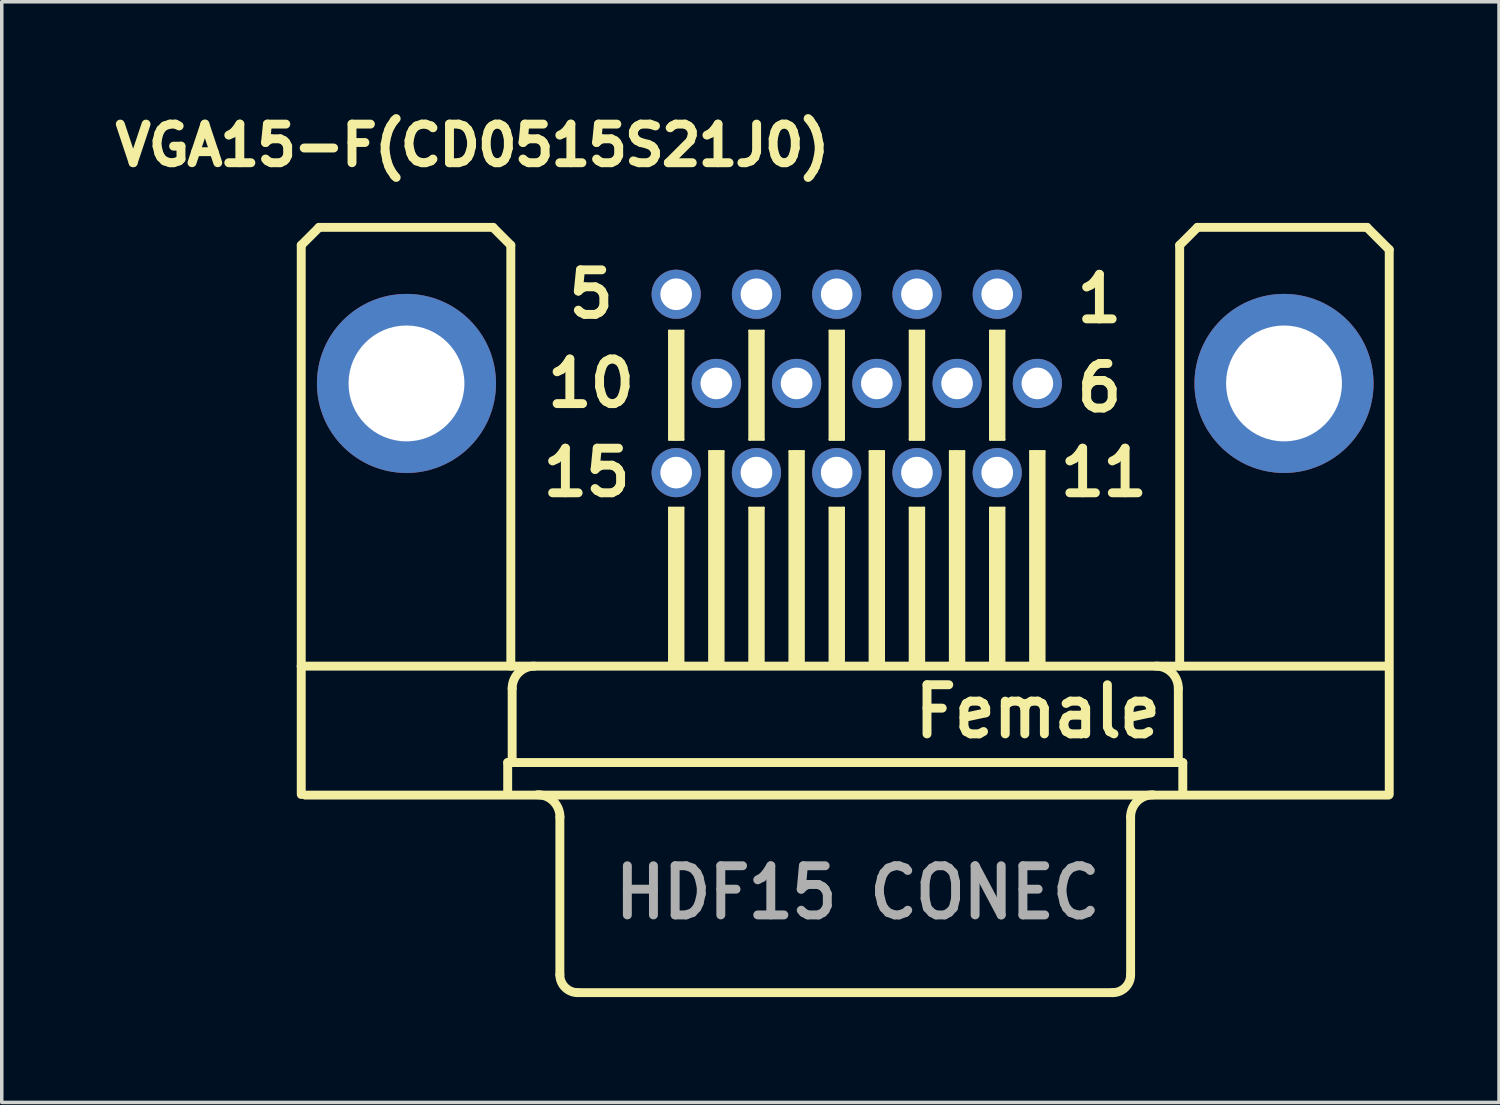
<source format=kicad_pcb>
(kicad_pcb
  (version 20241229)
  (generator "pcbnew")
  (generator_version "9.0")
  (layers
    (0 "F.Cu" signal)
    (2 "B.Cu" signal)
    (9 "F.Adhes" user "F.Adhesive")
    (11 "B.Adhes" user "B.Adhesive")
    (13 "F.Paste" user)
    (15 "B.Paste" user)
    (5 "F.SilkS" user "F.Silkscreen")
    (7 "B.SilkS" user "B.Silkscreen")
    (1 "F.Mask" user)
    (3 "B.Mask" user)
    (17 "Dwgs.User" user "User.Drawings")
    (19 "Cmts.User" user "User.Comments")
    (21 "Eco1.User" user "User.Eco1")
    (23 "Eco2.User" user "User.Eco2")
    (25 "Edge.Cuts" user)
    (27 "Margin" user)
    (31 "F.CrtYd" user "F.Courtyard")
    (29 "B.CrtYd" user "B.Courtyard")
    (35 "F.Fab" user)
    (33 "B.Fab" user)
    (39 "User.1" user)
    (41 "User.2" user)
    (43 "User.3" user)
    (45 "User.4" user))
  (footprint "VGA15-F(CD0515S21J0)"
    (layer "F.Cu")
    (at 21.024 11.681)
    (property "Reference" "VGA15-F(CD0515S21J0)" (at -10.617 -10.592 0) (layer "F.SilkS") (effects (font (size 1.1 1.1) (thickness 0.254))))
    (attr smd)
    (fp_line (start -15.494 -7.747) (end -15.494 4.242) (stroke (width 0.254) (type solid)) (layer "F.SilkS"))
    (fp_line (start -15.494 7.897) (end -15.494 4.242) (stroke (width 0.254) (type solid)) (layer "F.SilkS"))
    (fp_line (start -14.986 -8.255) (end -15.494 -7.747) (stroke (width 0.254) (type solid)) (layer "F.SilkS"))
    (fp_line (start -10.033 -8.255) (end -14.986 -8.255) (stroke (width 0.254) (type solid)) (layer "F.SilkS"))
    (fp_line (start -9.614 6.988) (end -9.614 7.897) (stroke (width 0.254) (type solid)) (layer "F.SilkS"))
    (fp_line (start -9.525 -7.747) (end -10.033 -8.255) (stroke (width 0.254) (type solid)) (layer "F.SilkS"))
    (fp_line (start -9.525 -7.747) (end -9.525 4.242) (stroke (width 0.254) (type solid)) (layer "F.SilkS"))
    (fp_line (start -9.487 4.877) (end -9.487 6.988) (stroke (width 0.254) (type solid)) (layer "F.SilkS"))
    (fp_line (start -9.487 6.988) (end -9.614 6.988) (stroke (width 0.254) (type solid)) (layer "F.SilkS"))
    (fp_line (start -8.128 8.539) (end -8.128 13.033) (stroke (width 0.254) (type solid)) (layer "F.SilkS"))
    (fp_line (start -5.014 -5.309) (end -4.613 -5.309) (stroke (width 0.066) (type solid)) (layer "F.SilkS"))
    (fp_line (start -5.014 -2.21) (end -5.014 -5.309) (stroke (width 0.066) (type solid)) (layer "F.SilkS"))
    (fp_line (start -5.014 -2.21) (end -4.613 -2.21) (stroke (width 0.066) (type solid)) (layer "F.SilkS"))
    (fp_line (start -5.014 -0.267) (end -4.613 -0.267) (stroke (width 0.066) (type solid)) (layer "F.SilkS"))
    (fp_line (start -5.014 4.242) (end -5.014 -0.267) (stroke (width 0.066) (type solid)) (layer "F.SilkS"))
    (fp_line (start -5.014 4.242) (end -4.613 4.242) (stroke (width 0.066) (type solid)) (layer "F.SilkS"))
    (fp_line (start -4.928 -5.232) (end -4.699 -5.232) (stroke (width 0.2) (type solid)) (layer "F.SilkS"))
    (fp_line (start -4.928 -2.286) (end -4.699 -2.286) (stroke (width 0.2) (type solid)) (layer "F.SilkS"))
    (fp_line (start -4.928 -0.191) (end -4.699 -0.191) (stroke (width 0.2) (type solid)) (layer "F.SilkS"))
    (fp_line (start -4.813 -5.118) (end -4.813 -2.388) (stroke (width 0.4) (type solid)) (layer "F.SilkS"))
    (fp_line (start -4.813 -0.064) (end -4.813 4.051) (stroke (width 0.4) (type solid)) (layer "F.SilkS"))
    (fp_line (start -4.613 -2.21) (end -4.613 -5.309) (stroke (width 0.066) (type solid)) (layer "F.SilkS"))
    (fp_line (start -4.613 4.242) (end -4.613 -0.267) (stroke (width 0.066) (type solid)) (layer "F.SilkS"))
    (fp_line (start -3.871 -1.877) (end -3.47 -1.877) (stroke (width 0.066) (type solid)) (layer "F.SilkS"))
    (fp_line (start -3.871 4.221) (end -3.871 -1.877) (stroke (width 0.066) (type solid)) (layer "F.SilkS"))
    (fp_line (start -3.871 4.221) (end -3.47 4.221) (stroke (width 0.066) (type solid)) (layer "F.SilkS"))
    (fp_line (start -3.785 -1.803) (end -3.556 -1.803) (stroke (width 0.2) (type solid)) (layer "F.SilkS"))
    (fp_line (start -3.683 -1.702) (end -3.683 4.077) (stroke (width 0.4) (type solid)) (layer "F.SilkS"))
    (fp_line (start -3.47 4.221) (end -3.47 -1.877) (stroke (width 0.066) (type solid)) (layer "F.SilkS"))
    (fp_line (start -2.728 -5.309) (end -2.327 -5.309) (stroke (width 0.066) (type solid)) (layer "F.SilkS"))
    (fp_line (start -2.728 -2.21) (end -2.728 -5.309) (stroke (width 0.066) (type solid)) (layer "F.SilkS"))
    (fp_line (start -2.728 -2.21) (end -2.327 -2.21) (stroke (width 0.066) (type solid)) (layer "F.SilkS"))
    (fp_line (start -2.728 -0.267) (end -2.327 -0.267) (stroke (width 0.066) (type solid)) (layer "F.SilkS"))
    (fp_line (start -2.728 4.242) (end -2.728 -0.267) (stroke (width 0.066) (type solid)) (layer "F.SilkS"))
    (fp_line (start -2.728 4.242) (end -2.327 4.242) (stroke (width 0.066) (type solid)) (layer "F.SilkS"))
    (fp_line (start -2.642 -5.232) (end -2.413 -5.232) (stroke (width 0.2) (type solid)) (layer "F.SilkS"))
    (fp_line (start -2.642 -2.299) (end -2.413 -2.299) (stroke (width 0.2) (type solid)) (layer "F.SilkS"))
    (fp_line (start -2.642 -0.191) (end -2.413 -0.191) (stroke (width 0.2) (type solid)) (layer "F.SilkS"))
    (fp_line (start -2.527 -5.131) (end -2.527 -2.4) (stroke (width 0.4) (type solid)) (layer "F.SilkS"))
    (fp_line (start -2.527 -0.064) (end -2.527 4.051) (stroke (width 0.4) (type solid)) (layer "F.SilkS"))
    (fp_line (start -2.327 -2.21) (end -2.327 -5.309) (stroke (width 0.066) (type solid)) (layer "F.SilkS"))
    (fp_line (start -2.327 4.242) (end -2.327 -0.267) (stroke (width 0.066) (type solid)) (layer "F.SilkS"))
    (fp_line (start -1.585 -1.877) (end -1.184 -1.877) (stroke (width 0.066) (type solid)) (layer "F.SilkS"))
    (fp_line (start -1.585 4.221) (end -1.585 -1.877) (stroke (width 0.066) (type solid)) (layer "F.SilkS"))
    (fp_line (start -1.585 4.221) (end -1.184 4.221) (stroke (width 0.066) (type solid)) (layer "F.SilkS"))
    (fp_line (start -1.499 -1.803) (end -1.27 -1.803) (stroke (width 0.2) (type solid)) (layer "F.SilkS"))
    (fp_line (start -1.397 -1.702) (end -1.397 4.077) (stroke (width 0.4) (type solid)) (layer "F.SilkS"))
    (fp_line (start -1.184 4.221) (end -1.184 -1.877) (stroke (width 0.066) (type solid)) (layer "F.SilkS"))
    (fp_line (start -0.442 -5.309) (end -0.041 -5.309) (stroke (width 0.066) (type solid)) (layer "F.SilkS"))
    (fp_line (start -0.442 -2.21) (end -0.442 -5.309) (stroke (width 0.066) (type solid)) (layer "F.SilkS"))
    (fp_line (start -0.442 -2.21) (end -0.041 -2.21) (stroke (width 0.066) (type solid)) (layer "F.SilkS"))
    (fp_line (start -0.442 -0.267) (end -0.041 -0.267) (stroke (width 0.066) (type solid)) (layer "F.SilkS"))
    (fp_line (start -0.442 4.242) (end -0.442 -0.267) (stroke (width 0.066) (type solid)) (layer "F.SilkS"))
    (fp_line (start -0.442 4.242) (end -0.041 4.242) (stroke (width 0.066) (type solid)) (layer "F.SilkS"))
    (fp_line (start -0.356 -5.232) (end -0.127 -5.232) (stroke (width 0.2) (type solid)) (layer "F.SilkS"))
    (fp_line (start -0.356 -2.286) (end -0.127 -2.286) (stroke (width 0.2) (type solid)) (layer "F.SilkS"))
    (fp_line (start -0.356 -0.191) (end -0.127 -0.191) (stroke (width 0.2) (type solid)) (layer "F.SilkS"))
    (fp_line (start -0.241 -5.131) (end -0.241 -2.4) (stroke (width 0.4) (type solid)) (layer "F.SilkS"))
    (fp_line (start -0.241 -0.089) (end -0.241 4.026) (stroke (width 0.4) (type solid)) (layer "F.SilkS"))
    (fp_line (start -0.041 -2.21) (end -0.041 -5.309) (stroke (width 0.066) (type solid)) (layer "F.SilkS"))
    (fp_line (start -0.041 4.242) (end -0.041 -0.267) (stroke (width 0.066) (type solid)) (layer "F.SilkS"))
    (fp_line (start 0.699 -1.877) (end 1.1 -1.877) (stroke (width 0.066) (type solid)) (layer "F.SilkS"))
    (fp_line (start 0.699 4.221) (end 0.699 -1.877) (stroke (width 0.066) (type solid)) (layer "F.SilkS"))
    (fp_line (start 0.699 4.221) (end 1.1 4.221) (stroke (width 0.066) (type solid)) (layer "F.SilkS"))
    (fp_line (start 0.775 -1.803) (end 1.003 -1.803) (stroke (width 0.2) (type solid)) (layer "F.SilkS"))
    (fp_line (start 0.889 -1.702) (end 0.889 4.077) (stroke (width 0.4) (type solid)) (layer "F.SilkS"))
    (fp_line (start 1.1 4.221) (end 1.1 -1.877) (stroke (width 0.066) (type solid)) (layer "F.SilkS"))
    (fp_line (start 1.841 -5.309) (end 2.243 -5.309) (stroke (width 0.066) (type solid)) (layer "F.SilkS"))
    (fp_line (start 1.841 -2.21) (end 1.841 -5.309) (stroke (width 0.066) (type solid)) (layer "F.SilkS"))
    (fp_line (start 1.841 -2.21) (end 2.243 -2.21) (stroke (width 0.066) (type solid)) (layer "F.SilkS"))
    (fp_line (start 1.841 -0.267) (end 2.243 -0.267) (stroke (width 0.066) (type solid)) (layer "F.SilkS"))
    (fp_line (start 1.841 4.242) (end 1.841 -0.267) (stroke (width 0.066) (type solid)) (layer "F.SilkS"))
    (fp_line (start 1.841 4.242) (end 2.243 4.242) (stroke (width 0.066) (type solid)) (layer "F.SilkS"))
    (fp_line (start 1.918 -0.191) (end 2.146 -0.191) (stroke (width 0.2) (type solid)) (layer "F.SilkS"))
    (fp_line (start 1.93 -5.232) (end 2.159 -5.232) (stroke (width 0.2) (type solid)) (layer "F.SilkS"))
    (fp_line (start 1.93 -2.286) (end 2.159 -2.286) (stroke (width 0.2) (type solid)) (layer "F.SilkS"))
    (fp_line (start 2.032 -0.076) (end 2.032 4.039) (stroke (width 0.4) (type solid)) (layer "F.SilkS"))
    (fp_line (start 2.045 -5.131) (end 2.045 -2.4) (stroke (width 0.4) (type solid)) (layer "F.SilkS"))
    (fp_line (start 2.243 -2.21) (end 2.243 -5.309) (stroke (width 0.066) (type solid)) (layer "F.SilkS"))
    (fp_line (start 2.243 4.242) (end 2.243 -0.267) (stroke (width 0.066) (type solid)) (layer "F.SilkS"))
    (fp_line (start 2.985 -1.877) (end 3.386 -1.877) (stroke (width 0.066) (type solid)) (layer "F.SilkS"))
    (fp_line (start 2.985 4.221) (end 2.985 -1.877) (stroke (width 0.066) (type solid)) (layer "F.SilkS"))
    (fp_line (start 2.985 4.221) (end 3.386 4.221) (stroke (width 0.066) (type solid)) (layer "F.SilkS"))
    (fp_line (start 3.073 -1.791) (end 3.302 -1.791) (stroke (width 0.2) (type solid)) (layer "F.SilkS"))
    (fp_line (start 3.175 -1.702) (end 3.175 4.077) (stroke (width 0.4) (type solid)) (layer "F.SilkS"))
    (fp_line (start 3.386 4.221) (end 3.386 -1.877) (stroke (width 0.066) (type solid)) (layer "F.SilkS"))
    (fp_line (start 4.128 -5.309) (end 4.529 -5.309) (stroke (width 0.066) (type solid)) (layer "F.SilkS"))
    (fp_line (start 4.128 -2.21) (end 4.128 -5.309) (stroke (width 0.066) (type solid)) (layer "F.SilkS"))
    (fp_line (start 4.128 -2.21) (end 4.529 -2.21) (stroke (width 0.066) (type solid)) (layer "F.SilkS"))
    (fp_line (start 4.128 -0.267) (end 4.529 -0.267) (stroke (width 0.066) (type solid)) (layer "F.SilkS"))
    (fp_line (start 4.128 4.242) (end 4.128 -0.267) (stroke (width 0.066) (type solid)) (layer "F.SilkS"))
    (fp_line (start 4.128 4.242) (end 4.529 4.242) (stroke (width 0.066) (type solid)) (layer "F.SilkS"))
    (fp_line (start 4.204 -5.232) (end 4.432 -5.232) (stroke (width 0.2) (type solid)) (layer "F.SilkS"))
    (fp_line (start 4.216 -2.286) (end 4.445 -2.286) (stroke (width 0.2) (type solid)) (layer "F.SilkS"))
    (fp_line (start 4.216 -0.178) (end 4.445 -0.178) (stroke (width 0.2) (type solid)) (layer "F.SilkS"))
    (fp_line (start 4.318 -5.131) (end 4.318 -2.4) (stroke (width 0.4) (type solid)) (layer "F.SilkS"))
    (fp_line (start 4.318 -0.076) (end 4.318 4.039) (stroke (width 0.4) (type solid)) (layer "F.SilkS"))
    (fp_line (start 4.529 -2.21) (end 4.529 -5.309) (stroke (width 0.066) (type solid)) (layer "F.SilkS"))
    (fp_line (start 4.529 4.242) (end 4.529 -0.267) (stroke (width 0.066) (type solid)) (layer "F.SilkS"))
    (fp_line (start 5.271 -1.877) (end 5.672 -1.877) (stroke (width 0.066) (type solid)) (layer "F.SilkS"))
    (fp_line (start 5.271 4.221) (end 5.271 -1.877) (stroke (width 0.066) (type solid)) (layer "F.SilkS"))
    (fp_line (start 5.271 4.221) (end 5.672 4.221) (stroke (width 0.066) (type solid)) (layer "F.SilkS"))
    (fp_line (start 5.359 -1.803) (end 5.588 -1.803) (stroke (width 0.2) (type solid)) (layer "F.SilkS"))
    (fp_line (start 5.461 -1.702) (end 5.461 4.077) (stroke (width 0.4) (type solid)) (layer "F.SilkS"))
    (fp_line (start 5.672 4.221) (end 5.672 -1.877) (stroke (width 0.066) (type solid)) (layer "F.SilkS"))
    (fp_line (start 7.62 13.541) (end -7.62 13.541) (stroke (width 0.254) (type solid)) (layer "F.SilkS"))
    (fp_line (start 8.128 8.539) (end 8.128 13.033) (stroke (width 0.254) (type solid)) (layer "F.SilkS"))
    (fp_line (start 9.487 4.877) (end 9.487 6.988) (stroke (width 0.254) (type solid)) (layer "F.SilkS"))
    (fp_line (start 9.487 6.988) (end -9.487 6.988) (stroke (width 0.254) (type solid)) (layer "F.SilkS"))
    (fp_line (start 9.525 -7.747) (end 9.525 4.242) (stroke (width 0.254) (type solid)) (layer "F.SilkS"))
    (fp_line (start 9.614 6.988) (end 9.487 6.988) (stroke (width 0.254) (type solid)) (layer "F.SilkS"))
    (fp_line (start 9.614 6.988) (end 9.614 7.897) (stroke (width 0.254) (type solid)) (layer "F.SilkS"))
    (fp_line (start 10.033 -8.255) (end 9.525 -7.747) (stroke (width 0.254) (type solid)) (layer "F.SilkS"))
    (fp_line (start 10.033 -8.255) (end 14.859 -8.255) (stroke (width 0.254) (type solid)) (layer "F.SilkS"))
    (fp_line (start 14.859 -8.255) (end 15.494 -7.62) (stroke (width 0.254) (type solid)) (layer "F.SilkS"))
    (fp_line (start 15.474 4.242) (end -15.494 4.242) (stroke (width 0.254) (type solid)) (layer "F.SilkS"))
    (fp_line (start 15.474 7.915) (end -15.38 7.915) (stroke (width 0.254) (type solid)) (layer "F.SilkS"))
    (fp_line (start 15.494 -7.62) (end 15.494 7.897) (stroke (width 0.254) (type solid)) (layer "F.SilkS"))
    (fp_arc (start -9.4869 4.8768) (mid -9.300913 4.427787) (end -8.8519 4.2418) (stroke (width 0.254) (type solid)) (layer "F.SilkS"))
    (fp_arc (start -8.76046 7.90448) (mid -8.311447 8.090467) (end -8.12546 8.53948) (stroke (width 0.254) (type solid)) (layer "F.SilkS"))
    (fp_arc (start -7.62 13.54074) (mid -7.97921 13.39195) (end -8.128 13.03274) (stroke (width 0.254) (type solid)) (layer "F.SilkS"))
    (fp_arc (start 8.128 8.53948) (mid 8.313243 8.092263) (end 8.76046 7.90702) (stroke (width 0.254) (type solid)) (layer "F.SilkS"))
    (fp_arc (start 8.128 13.03274) (mid 7.97921 13.39195) (end 7.62 13.54074) (stroke (width 0.254) (type solid)) (layer "F.SilkS"))
    (fp_arc (start 8.8519 4.2418) (mid 9.300913 4.427787) (end 9.4869 4.8768) (stroke (width 0.254) (type solid)) (layer "F.SilkS"))
    (fp_text user "Female" (at 5.486 5.537 0) (layer "F.SilkS") (effects (font (size 1.4 1.3) (thickness 0.254))))
    (fp_text user "15" (at -7.366 -1.27 0) (layer "F.SilkS") (effects (font (size 1.27 1.27) (thickness 0.254))))
    (fp_text user "11" (at 7.366 -1.27 0) (layer "F.SilkS") (effects (font (size 1.27 1.27) (thickness 0.254))))
    (fp_text user "5" (at -7.239 -6.35 0) (layer "F.SilkS") (effects (font (size 1.27 1.27) (thickness 0.254))))
    (fp_text user "6" (at 7.239 -3.683 0) (layer "F.SilkS") (effects (font (size 1.27 1.27) (thickness 0.254))))
    (fp_text user "10" (at -7.239 -3.81 0) (layer "F.SilkS") (effects (font (size 1.27 1.27) (thickness 0.254))))
    (fp_text user "1" (at 7.239 -6.223 0) (layer "F.SilkS") (effects (font (size 1.27 1.27) (thickness 0.254))))
    (fp_text user "HDF15 CONEC" (at 0.356 10.693 0) (layer "F.Fab") (effects (font (size 1.4 1.3) (thickness 0.254))))
    (pad "1" thru_hole circle (at 4.329 -6.35) (size 1.4 1.4) (drill 0.9) (layers "*.Cu" "*.Mask"))
    (pad "2" thru_hole circle (at 2.043 -6.35) (size 1.4 1.4) (drill 0.9) (layers "*.Cu" "*.Mask"))
    (pad "3" thru_hole circle (at -0.243 -6.35) (size 1.4 1.4) (drill 0.9) (layers "*.Cu" "*.Mask"))
    (pad "4" thru_hole circle (at -2.529 -6.35) (size 1.4 1.4) (drill 0.9) (layers "*.Cu" "*.Mask"))
    (pad "5" thru_hole circle (at -4.815 -6.35) (size 1.4 1.4) (drill 0.9) (layers "*.Cu" "*.Mask"))
    (pad "6" thru_hole circle (at 5.472 -3.81) (size 1.4 1.4) (drill 0.9) (layers "*.Cu" "*.Mask"))
    (pad "7" thru_hole circle (at 3.186 -3.81) (size 1.4 1.4) (drill 0.9) (layers "*.Cu" "*.Mask"))
    (pad "8" thru_hole circle (at 0.9 -3.81) (size 1.4 1.4) (drill 0.9) (layers "*.Cu" "*.Mask"))
    (pad "9" thru_hole circle (at -1.386 -3.81) (size 1.4 1.4) (drill 0.9) (layers "*.Cu" "*.Mask"))
    (pad "10" thru_hole circle (at -3.672 -3.81) (size 1.4 1.4) (drill 0.9) (layers "*.Cu" "*.Mask"))
    (pad "11" thru_hole circle (at 4.329 -1.27) (size 1.4 1.4) (drill 0.9) (layers "*.Cu" "*.Mask"))
    (pad "12" thru_hole circle (at 2.043 -1.27) (size 1.4 1.4) (drill 0.9) (layers "*.Cu" "*.Mask"))
    (pad "13" thru_hole circle (at -0.243 -1.27) (size 1.4 1.4) (drill 0.9) (layers "*.Cu" "*.Mask"))
    (pad "14" thru_hole circle (at -2.529 -1.27) (size 1.4 1.4) (drill 0.9) (layers "*.Cu" "*.Mask"))
    (pad "15" thru_hole circle (at -4.815 -1.27) (size 1.4 1.4) (drill 0.9) (layers "*.Cu" "*.Mask"))
    (pad "16" thru_hole circle (at -12.497 -3.81) (size 5.1 5.1) (drill 3.3) (layers "*.Cu" "*.Mask"))
    (pad "17" thru_hole circle (at 12.497 -3.81) (size 5.1 5.1) (drill 3.3) (layers "*.Cu" "*.Mask")))
  (gr_rect
    (start -3 -3)
    (end 39.645 28.349)
    (stroke (width 0.1) (type default))
    (fill no)
    (layer "Edge.Cuts")))
</source>
